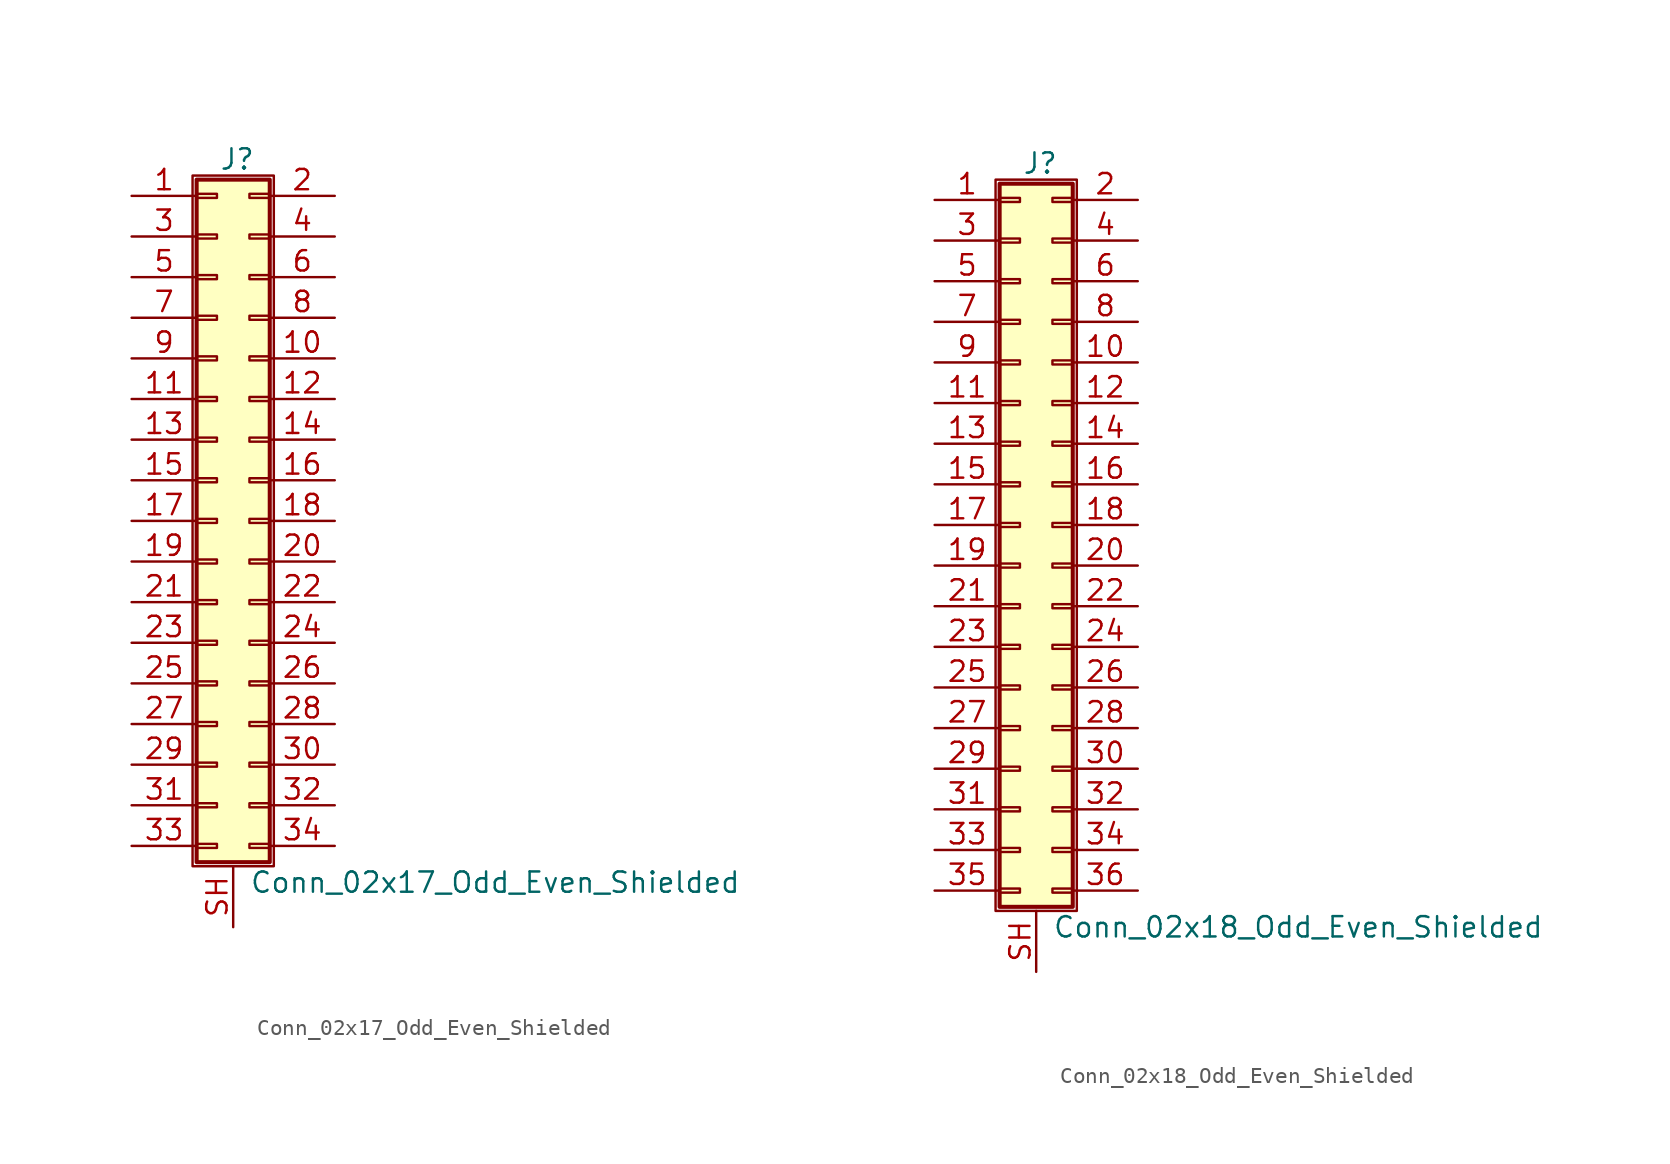
<source format=kicad_sym>
(kicad_symbol_lib
  (version 20211014)
  (generator kicad_symbol_editor)
  (symbol "Conn_02x17_Odd_Even_Shielded"
    (pin_names
      (offset 1.016) hide)
    (property "Reference" "J"
      (at 1.524 22.606 0)
      (effects (font (size 1.27 1.27))))
    (property "Value" "Conn_02x17_Odd_Even_Shielded"
      (at 2.286 -22.606 0)
      (effects (font (size 1.27 1.27)) (justify left)))
    (symbol "Conn_02x17_Odd_Even_Shielded_1_1"
      (rectangle (start -1.27 21.59) (end 3.81 -21.59) (stroke (width 0.152) (type default) (color 0 0 0 0)) (fill (type none)))
      (rectangle (start -1.016 -20.193) (end 0.254 -20.447) (stroke (width 0.152) (type default) (color 0 0 0 0)) (fill (type none)))
      (rectangle (start -1.016 -17.653) (end 0.254 -17.907) (stroke (width 0.152) (type default) (color 0 0 0 0)) (fill (type none)))
      (rectangle (start -1.016 -15.113) (end 0.254 -15.367) (stroke (width 0.152) (type default) (color 0 0 0 0)) (fill (type none)))
      (rectangle (start -1.016 -12.573) (end 0.254 -12.827) (stroke (width 0.152) (type default) (color 0 0 0 0)) (fill (type none)))
      (rectangle (start -1.016 -10.033) (end 0.254 -10.287) (stroke (width 0.152) (type default) (color 0 0 0 0)) (fill (type none)))
      (rectangle (start -1.016 -7.493) (end 0.254 -7.747) (stroke (width 0.152) (type default) (color 0 0 0 0)) (fill (type none)))
      (rectangle (start -1.016 -4.953) (end 0.254 -5.207) (stroke (width 0.152) (type default) (color 0 0 0 0)) (fill (type none)))
      (rectangle (start -1.016 -2.413) (end 0.254 -2.667) (stroke (width 0.152) (type default) (color 0 0 0 0)) (fill (type none)))
      (rectangle (start -1.016 0.127) (end 0.254 -0.127) (stroke (width 0.152) (type default) (color 0 0 0 0)) (fill (type none)))
      (rectangle (start -1.016 2.667) (end 0.254 2.413) (stroke (width 0.152) (type default) (color 0 0 0 0)) (fill (type none)))
      (rectangle (start -1.016 5.207) (end 0.254 4.953) (stroke (width 0.152) (type default) (color 0 0 0 0)) (fill (type none)))
      (rectangle (start -1.016 7.747) (end 0.254 7.493) (stroke (width 0.152) (type default) (color 0 0 0 0)) (fill (type none)))
      (rectangle (start -1.016 10.287) (end 0.254 10.033) (stroke (width 0.152) (type default) (color 0 0 0 0)) (fill (type none)))
      (rectangle (start -1.016 12.827) (end 0.254 12.573) (stroke (width 0.152) (type default) (color 0 0 0 0)) (fill (type none)))
      (rectangle (start -1.016 15.367) (end 0.254 15.113) (stroke (width 0.152) (type default) (color 0 0 0 0)) (fill (type none)))
      (rectangle (start -1.016 17.907) (end 0.254 17.653) (stroke (width 0.152) (type default) (color 0 0 0 0)) (fill (type none)))
      (rectangle (start -1.016 20.447) (end 0.254 20.193) (stroke (width 0.152) (type default) (color 0 0 0 0)) (fill (type none)))
      (rectangle (start -1.016 21.336) (end 3.556 -21.336) (stroke (width 0.254) (type default) (color 0 0 0 0)) (fill (type background)))
      (rectangle (start 3.556 -20.193) (end 2.286 -20.447) (stroke (width 0.152) (type default) (color 0 0 0 0)) (fill (type none)))
      (rectangle (start 3.556 -17.653) (end 2.286 -17.907) (stroke (width 0.152) (type default) (color 0 0 0 0)) (fill (type none)))
      (rectangle (start 3.556 -15.113) (end 2.286 -15.367) (stroke (width 0.152) (type default) (color 0 0 0 0)) (fill (type none)))
      (rectangle (start 3.556 -12.573) (end 2.286 -12.827) (stroke (width 0.152) (type default) (color 0 0 0 0)) (fill (type none)))
      (rectangle (start 3.556 -10.033) (end 2.286 -10.287) (stroke (width 0.152) (type default) (color 0 0 0 0)) (fill (type none)))
      (rectangle (start 3.556 -7.493) (end 2.286 -7.747) (stroke (width 0.152) (type default) (color 0 0 0 0)) (fill (type none)))
      (rectangle (start 3.556 -4.953) (end 2.286 -5.207) (stroke (width 0.152) (type default) (color 0 0 0 0)) (fill (type none)))
      (rectangle (start 3.556 -2.413) (end 2.286 -2.667) (stroke (width 0.152) (type default) (color 0 0 0 0)) (fill (type none)))
      (rectangle (start 3.556 0.127) (end 2.286 -0.127) (stroke (width 0.152) (type default) (color 0 0 0 0)) (fill (type none)))
      (rectangle (start 3.556 2.667) (end 2.286 2.413) (stroke (width 0.152) (type default) (color 0 0 0 0)) (fill (type none)))
      (rectangle (start 3.556 5.207) (end 2.286 4.953) (stroke (width 0.152) (type default) (color 0 0 0 0)) (fill (type none)))
      (rectangle (start 3.556 7.747) (end 2.286 7.493) (stroke (width 0.152) (type default) (color 0 0 0 0)) (fill (type none)))
      (rectangle (start 3.556 10.287) (end 2.286 10.033) (stroke (width 0.152) (type default) (color 0 0 0 0)) (fill (type none)))
      (rectangle (start 3.556 12.827) (end 2.286 12.573) (stroke (width 0.152) (type default) (color 0 0 0 0)) (fill (type none)))
      (rectangle (start 3.556 15.367) (end 2.286 15.113) (stroke (width 0.152) (type default) (color 0 0 0 0)) (fill (type none)))
      (rectangle (start 3.556 17.907) (end 2.286 17.653) (stroke (width 0.152) (type default) (color 0 0 0 0)) (fill (type none)))
      (rectangle (start 3.556 20.447) (end 2.286 20.193) (stroke (width 0.152) (type default) (color 0 0 0 0)) (fill (type none)))
      (pin passive line (at -5.08 20.32 0) (length 4.064) (name "Pin_1" (effects (font (size 1.27 1.27)))) (number "1" (effects (font (size 1.27 1.27)))))
      (pin passive line (at 7.62 10.16 180) (length 4.064) (name "Pin_10" (effects (font (size 1.27 1.27)))) (number "10" (effects (font (size 1.27 1.27)))))
      (pin passive line (at -5.08 7.62 0) (length 4.064) (name "Pin_11" (effects (font (size 1.27 1.27)))) (number "11" (effects (font (size 1.27 1.27)))))
      (pin passive line (at 7.62 7.62 180) (length 4.064) (name "Pin_12" (effects (font (size 1.27 1.27)))) (number "12" (effects (font (size 1.27 1.27)))))
      (pin passive line (at -5.08 5.08 0) (length 4.064) (name "Pin_13" (effects (font (size 1.27 1.27)))) (number "13" (effects (font (size 1.27 1.27)))))
      (pin passive line (at 7.62 5.08 180) (length 4.064) (name "Pin_14" (effects (font (size 1.27 1.27)))) (number "14" (effects (font (size 1.27 1.27)))))
      (pin passive line (at -5.08 2.54 0) (length 4.064) (name "Pin_15" (effects (font (size 1.27 1.27)))) (number "15" (effects (font (size 1.27 1.27)))))
      (pin passive line (at 7.62 2.54 180) (length 4.064) (name "Pin_16" (effects (font (size 1.27 1.27)))) (number "16" (effects (font (size 1.27 1.27)))))
      (pin passive line (at -5.08 0 0) (length 4.064) (name "Pin_17" (effects (font (size 1.27 1.27)))) (number "17" (effects (font (size 1.27 1.27)))))
      (pin passive line (at 7.62 0 180) (length 4.064) (name "Pin_18" (effects (font (size 1.27 1.27)))) (number "18" (effects (font (size 1.27 1.27)))))
      (pin passive line (at -5.08 -2.54 0) (length 4.064) (name "Pin_19" (effects (font (size 1.27 1.27)))) (number "19" (effects (font (size 1.27 1.27)))))
      (pin passive line (at 7.62 20.32 180) (length 4.064) (name "Pin_2" (effects (font (size 1.27 1.27)))) (number "2" (effects (font (size 1.27 1.27)))))
      (pin passive line (at 7.62 -2.54 180) (length 4.064) (name "Pin_20" (effects (font (size 1.27 1.27)))) (number "20" (effects (font (size 1.27 1.27)))))
      (pin passive line (at -5.08 -5.08 0) (length 4.064) (name "Pin_21" (effects (font (size 1.27 1.27)))) (number "21" (effects (font (size 1.27 1.27)))))
      (pin passive line (at 7.62 -5.08 180) (length 4.064) (name "Pin_22" (effects (font (size 1.27 1.27)))) (number "22" (effects (font (size 1.27 1.27)))))
      (pin passive line (at -5.08 -7.62 0) (length 4.064) (name "Pin_23" (effects (font (size 1.27 1.27)))) (number "23" (effects (font (size 1.27 1.27)))))
      (pin passive line (at 7.62 -7.62 180) (length 4.064) (name "Pin_24" (effects (font (size 1.27 1.27)))) (number "24" (effects (font (size 1.27 1.27)))))
      (pin passive line (at -5.08 -10.16 0) (length 4.064) (name "Pin_25" (effects (font (size 1.27 1.27)))) (number "25" (effects (font (size 1.27 1.27)))))
      (pin passive line (at 7.62 -10.16 180) (length 4.064) (name "Pin_26" (effects (font (size 1.27 1.27)))) (number "26" (effects (font (size 1.27 1.27)))))
      (pin passive line (at -5.08 -12.7 0) (length 4.064) (name "Pin_27" (effects (font (size 1.27 1.27)))) (number "27" (effects (font (size 1.27 1.27)))))
      (pin passive line (at 7.62 -12.7 180) (length 4.064) (name "Pin_28" (effects (font (size 1.27 1.27)))) (number "28" (effects (font (size 1.27 1.27)))))
      (pin passive line (at -5.08 -15.24 0) (length 4.064) (name "Pin_29" (effects (font (size 1.27 1.27)))) (number "29" (effects (font (size 1.27 1.27)))))
      (pin passive line (at -5.08 17.78 0) (length 4.064) (name "Pin_3" (effects (font (size 1.27 1.27)))) (number "3" (effects (font (size 1.27 1.27)))))
      (pin passive line (at 7.62 -15.24 180) (length 4.064) (name "Pin_30" (effects (font (size 1.27 1.27)))) (number "30" (effects (font (size 1.27 1.27)))))
      (pin passive line (at -5.08 -17.78 0) (length 4.064) (name "Pin_31" (effects (font (size 1.27 1.27)))) (number "31" (effects (font (size 1.27 1.27)))))
      (pin passive line (at 7.62 -17.78 180) (length 4.064) (name "Pin_32" (effects (font (size 1.27 1.27)))) (number "32" (effects (font (size 1.27 1.27)))))
      (pin passive line (at -5.08 -20.32 0) (length 4.064) (name "Pin_33" (effects (font (size 1.27 1.27)))) (number "33" (effects (font (size 1.27 1.27)))))
      (pin passive line (at 7.62 -20.32 180) (length 4.064) (name "Pin_34" (effects (font (size 1.27 1.27)))) (number "34" (effects (font (size 1.27 1.27)))))
      (pin passive line (at 7.62 17.78 180) (length 4.064) (name "Pin_4" (effects (font (size 1.27 1.27)))) (number "4" (effects (font (size 1.27 1.27)))))
      (pin passive line (at -5.08 15.24 0) (length 4.064) (name "Pin_5" (effects (font (size 1.27 1.27)))) (number "5" (effects (font (size 1.27 1.27)))))
      (pin passive line (at 7.62 15.24 180) (length 4.064) (name "Pin_6" (effects (font (size 1.27 1.27)))) (number "6" (effects (font (size 1.27 1.27)))))
      (pin passive line (at -5.08 12.7 0) (length 4.064) (name "Pin_7" (effects (font (size 1.27 1.27)))) (number "7" (effects (font (size 1.27 1.27)))))
      (pin passive line (at 7.62 12.7 180) (length 4.064) (name "Pin_8" (effects (font (size 1.27 1.27)))) (number "8" (effects (font (size 1.27 1.27)))))
      (pin passive line (at -5.08 10.16 0) (length 4.064) (name "Pin_9" (effects (font (size 1.27 1.27)))) (number "9" (effects (font (size 1.27 1.27)))))
      (pin passive line (at 1.27 -25.4 90) (length 3.81) (name "Shield" (effects (font (size 1.27 1.27)))) (number "SH" (effects (font (size 1.27 1.27)))))))
  (symbol "Conn_02x18_Odd_Even_Shielded"
    (pin_names
      (offset 1.016) hide)
    (property "Reference" "J"
      (at 1.524 22.606 0)
      (effects (font (size 1.27 1.27))))
    (property "Value" "Conn_02x18_Odd_Even_Shielded"
      (at 2.286 -25.146 0)
      (effects (font (size 1.27 1.27)) (justify left)))
    (symbol "Conn_02x18_Odd_Even_Shielded_1_1"
      (rectangle (start -1.27 21.59) (end 3.81 -24.13) (stroke (width 0.152) (type default) (color 0 0 0 0)) (fill (type none)))
      (rectangle (start -1.016 -22.733) (end 0.254 -22.987) (stroke (width 0.152) (type default) (color 0 0 0 0)) (fill (type none)))
      (rectangle (start -1.016 -20.193) (end 0.254 -20.447) (stroke (width 0.152) (type default) (color 0 0 0 0)) (fill (type none)))
      (rectangle (start -1.016 -17.653) (end 0.254 -17.907) (stroke (width 0.152) (type default) (color 0 0 0 0)) (fill (type none)))
      (rectangle (start -1.016 -15.113) (end 0.254 -15.367) (stroke (width 0.152) (type default) (color 0 0 0 0)) (fill (type none)))
      (rectangle (start -1.016 -12.573) (end 0.254 -12.827) (stroke (width 0.152) (type default) (color 0 0 0 0)) (fill (type none)))
      (rectangle (start -1.016 -10.033) (end 0.254 -10.287) (stroke (width 0.152) (type default) (color 0 0 0 0)) (fill (type none)))
      (rectangle (start -1.016 -7.493) (end 0.254 -7.747) (stroke (width 0.152) (type default) (color 0 0 0 0)) (fill (type none)))
      (rectangle (start -1.016 -4.953) (end 0.254 -5.207) (stroke (width 0.152) (type default) (color 0 0 0 0)) (fill (type none)))
      (rectangle (start -1.016 -2.413) (end 0.254 -2.667) (stroke (width 0.152) (type default) (color 0 0 0 0)) (fill (type none)))
      (rectangle (start -1.016 0.127) (end 0.254 -0.127) (stroke (width 0.152) (type default) (color 0 0 0 0)) (fill (type none)))
      (rectangle (start -1.016 2.667) (end 0.254 2.413) (stroke (width 0.152) (type default) (color 0 0 0 0)) (fill (type none)))
      (rectangle (start -1.016 5.207) (end 0.254 4.953) (stroke (width 0.152) (type default) (color 0 0 0 0)) (fill (type none)))
      (rectangle (start -1.016 7.747) (end 0.254 7.493) (stroke (width 0.152) (type default) (color 0 0 0 0)) (fill (type none)))
      (rectangle (start -1.016 10.287) (end 0.254 10.033) (stroke (width 0.152) (type default) (color 0 0 0 0)) (fill (type none)))
      (rectangle (start -1.016 12.827) (end 0.254 12.573) (stroke (width 0.152) (type default) (color 0 0 0 0)) (fill (type none)))
      (rectangle (start -1.016 15.367) (end 0.254 15.113) (stroke (width 0.152) (type default) (color 0 0 0 0)) (fill (type none)))
      (rectangle (start -1.016 17.907) (end 0.254 17.653) (stroke (width 0.152) (type default) (color 0 0 0 0)) (fill (type none)))
      (rectangle (start -1.016 20.447) (end 0.254 20.193) (stroke (width 0.152) (type default) (color 0 0 0 0)) (fill (type none)))
      (rectangle (start -1.016 21.336) (end 3.556 -23.876) (stroke (width 0.254) (type default) (color 0 0 0 0)) (fill (type background)))
      (rectangle (start 3.556 -22.733) (end 2.286 -22.987) (stroke (width 0.152) (type default) (color 0 0 0 0)) (fill (type none)))
      (rectangle (start 3.556 -20.193) (end 2.286 -20.447) (stroke (width 0.152) (type default) (color 0 0 0 0)) (fill (type none)))
      (rectangle (start 3.556 -17.653) (end 2.286 -17.907) (stroke (width 0.152) (type default) (color 0 0 0 0)) (fill (type none)))
      (rectangle (start 3.556 -15.113) (end 2.286 -15.367) (stroke (width 0.152) (type default) (color 0 0 0 0)) (fill (type none)))
      (rectangle (start 3.556 -12.573) (end 2.286 -12.827) (stroke (width 0.152) (type default) (color 0 0 0 0)) (fill (type none)))
      (rectangle (start 3.556 -10.033) (end 2.286 -10.287) (stroke (width 0.152) (type default) (color 0 0 0 0)) (fill (type none)))
      (rectangle (start 3.556 -7.493) (end 2.286 -7.747) (stroke (width 0.152) (type default) (color 0 0 0 0)) (fill (type none)))
      (rectangle (start 3.556 -4.953) (end 2.286 -5.207) (stroke (width 0.152) (type default) (color 0 0 0 0)) (fill (type none)))
      (rectangle (start 3.556 -2.413) (end 2.286 -2.667) (stroke (width 0.152) (type default) (color 0 0 0 0)) (fill (type none)))
      (rectangle (start 3.556 0.127) (end 2.286 -0.127) (stroke (width 0.152) (type default) (color 0 0 0 0)) (fill (type none)))
      (rectangle (start 3.556 2.667) (end 2.286 2.413) (stroke (width 0.152) (type default) (color 0 0 0 0)) (fill (type none)))
      (rectangle (start 3.556 5.207) (end 2.286 4.953) (stroke (width 0.152) (type default) (color 0 0 0 0)) (fill (type none)))
      (rectangle (start 3.556 7.747) (end 2.286 7.493) (stroke (width 0.152) (type default) (color 0 0 0 0)) (fill (type none)))
      (rectangle (start 3.556 10.287) (end 2.286 10.033) (stroke (width 0.152) (type default) (color 0 0 0 0)) (fill (type none)))
      (rectangle (start 3.556 12.827) (end 2.286 12.573) (stroke (width 0.152) (type default) (color 0 0 0 0)) (fill (type none)))
      (rectangle (start 3.556 15.367) (end 2.286 15.113) (stroke (width 0.152) (type default) (color 0 0 0 0)) (fill (type none)))
      (rectangle (start 3.556 17.907) (end 2.286 17.653) (stroke (width 0.152) (type default) (color 0 0 0 0)) (fill (type none)))
      (rectangle (start 3.556 20.447) (end 2.286 20.193) (stroke (width 0.152) (type default) (color 0 0 0 0)) (fill (type none)))
      (pin passive line (at -5.08 20.32 0) (length 4.064) (name "Pin_1" (effects (font (size 1.27 1.27)))) (number "1" (effects (font (size 1.27 1.27)))))
      (pin passive line (at 7.62 10.16 180) (length 4.064) (name "Pin_10" (effects (font (size 1.27 1.27)))) (number "10" (effects (font (size 1.27 1.27)))))
      (pin passive line (at -5.08 7.62 0) (length 4.064) (name "Pin_11" (effects (font (size 1.27 1.27)))) (number "11" (effects (font (size 1.27 1.27)))))
      (pin passive line (at 7.62 7.62 180) (length 4.064) (name "Pin_12" (effects (font (size 1.27 1.27)))) (number "12" (effects (font (size 1.27 1.27)))))
      (pin passive line (at -5.08 5.08 0) (length 4.064) (name "Pin_13" (effects (font (size 1.27 1.27)))) (number "13" (effects (font (size 1.27 1.27)))))
      (pin passive line (at 7.62 5.08 180) (length 4.064) (name "Pin_14" (effects (font (size 1.27 1.27)))) (number "14" (effects (font (size 1.27 1.27)))))
      (pin passive line (at -5.08 2.54 0) (length 4.064) (name "Pin_15" (effects (font (size 1.27 1.27)))) (number "15" (effects (font (size 1.27 1.27)))))
      (pin passive line (at 7.62 2.54 180) (length 4.064) (name "Pin_16" (effects (font (size 1.27 1.27)))) (number "16" (effects (font (size 1.27 1.27)))))
      (pin passive line (at -5.08 0 0) (length 4.064) (name "Pin_17" (effects (font (size 1.27 1.27)))) (number "17" (effects (font (size 1.27 1.27)))))
      (pin passive line (at 7.62 0 180) (length 4.064) (name "Pin_18" (effects (font (size 1.27 1.27)))) (number "18" (effects (font (size 1.27 1.27)))))
      (pin passive line (at -5.08 -2.54 0) (length 4.064) (name "Pin_19" (effects (font (size 1.27 1.27)))) (number "19" (effects (font (size 1.27 1.27)))))
      (pin passive line (at 7.62 20.32 180) (length 4.064) (name "Pin_2" (effects (font (size 1.27 1.27)))) (number "2" (effects (font (size 1.27 1.27)))))
      (pin passive line (at 7.62 -2.54 180) (length 4.064) (name "Pin_20" (effects (font (size 1.27 1.27)))) (number "20" (effects (font (size 1.27 1.27)))))
      (pin passive line (at -5.08 -5.08 0) (length 4.064) (name "Pin_21" (effects (font (size 1.27 1.27)))) (number "21" (effects (font (size 1.27 1.27)))))
      (pin passive line (at 7.62 -5.08 180) (length 4.064) (name "Pin_22" (effects (font (size 1.27 1.27)))) (number "22" (effects (font (size 1.27 1.27)))))
      (pin passive line (at -5.08 -7.62 0) (length 4.064) (name "Pin_23" (effects (font (size 1.27 1.27)))) (number "23" (effects (font (size 1.27 1.27)))))
      (pin passive line (at 7.62 -7.62 180) (length 4.064) (name "Pin_24" (effects (font (size 1.27 1.27)))) (number "24" (effects (font (size 1.27 1.27)))))
      (pin passive line (at -5.08 -10.16 0) (length 4.064) (name "Pin_25" (effects (font (size 1.27 1.27)))) (number "25" (effects (font (size 1.27 1.27)))))
      (pin passive line (at 7.62 -10.16 180) (length 4.064) (name "Pin_26" (effects (font (size 1.27 1.27)))) (number "26" (effects (font (size 1.27 1.27)))))
      (pin passive line (at -5.08 -12.7 0) (length 4.064) (name "Pin_27" (effects (font (size 1.27 1.27)))) (number "27" (effects (font (size 1.27 1.27)))))
      (pin passive line (at 7.62 -12.7 180) (length 4.064) (name "Pin_28" (effects (font (size 1.27 1.27)))) (number "28" (effects (font (size 1.27 1.27)))))
      (pin passive line (at -5.08 -15.24 0) (length 4.064) (name "Pin_29" (effects (font (size 1.27 1.27)))) (number "29" (effects (font (size 1.27 1.27)))))
      (pin passive line (at -5.08 17.78 0) (length 4.064) (name "Pin_3" (effects (font (size 1.27 1.27)))) (number "3" (effects (font (size 1.27 1.27)))))
      (pin passive line (at 7.62 -15.24 180) (length 4.064) (name "Pin_30" (effects (font (size 1.27 1.27)))) (number "30" (effects (font (size 1.27 1.27)))))
      (pin passive line (at -5.08 -17.78 0) (length 4.064) (name "Pin_31" (effects (font (size 1.27 1.27)))) (number "31" (effects (font (size 1.27 1.27)))))
      (pin passive line (at 7.62 -17.78 180) (length 4.064) (name "Pin_32" (effects (font (size 1.27 1.27)))) (number "32" (effects (font (size 1.27 1.27)))))
      (pin passive line (at -5.08 -20.32 0) (length 4.064) (name "Pin_33" (effects (font (size 1.27 1.27)))) (number "33" (effects (font (size 1.27 1.27)))))
      (pin passive line (at 7.62 -20.32 180) (length 4.064) (name "Pin_34" (effects (font (size 1.27 1.27)))) (number "34" (effects (font (size 1.27 1.27)))))
      (pin passive line (at -5.08 -22.86 0) (length 4.064) (name "Pin_35" (effects (font (size 1.27 1.27)))) (number "35" (effects (font (size 1.27 1.27)))))
      (pin passive line (at 7.62 -22.86 180) (length 4.064) (name "Pin_36" (effects (font (size 1.27 1.27)))) (number "36" (effects (font (size 1.27 1.27)))))
      (pin passive line (at 7.62 17.78 180) (length 4.064) (name "Pin_4" (effects (font (size 1.27 1.27)))) (number "4" (effects (font (size 1.27 1.27)))))
      (pin passive line (at -5.08 15.24 0) (length 4.064) (name "Pin_5" (effects (font (size 1.27 1.27)))) (number "5" (effects (font (size 1.27 1.27)))))
      (pin passive line (at 7.62 15.24 180) (length 4.064) (name "Pin_6" (effects (font (size 1.27 1.27)))) (number "6" (effects (font (size 1.27 1.27)))))
      (pin passive line (at -5.08 12.7 0) (length 4.064) (name "Pin_7" (effects (font (size 1.27 1.27)))) (number "7" (effects (font (size 1.27 1.27)))))
      (pin passive line (at 7.62 12.7 180) (length 4.064) (name "Pin_8" (effects (font (size 1.27 1.27)))) (number "8" (effects (font (size 1.27 1.27)))))
      (pin passive line (at -5.08 10.16 0) (length 4.064) (name "Pin_9" (effects (font (size 1.27 1.27)))) (number "9" (effects (font (size 1.27 1.27)))))
      (pin passive line (at 1.27 -27.94 90) (length 3.81) (name "Shield" (effects (font (size 1.27 1.27)))) (number "SH" (effects (font (size 1.27 1.27))))))))
</source>
